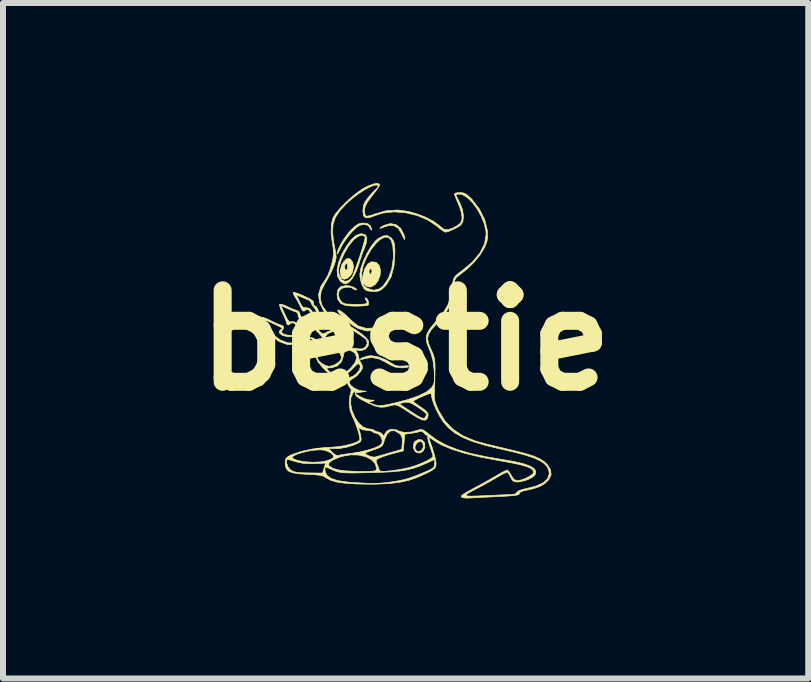
<source format=kicad_pcb>
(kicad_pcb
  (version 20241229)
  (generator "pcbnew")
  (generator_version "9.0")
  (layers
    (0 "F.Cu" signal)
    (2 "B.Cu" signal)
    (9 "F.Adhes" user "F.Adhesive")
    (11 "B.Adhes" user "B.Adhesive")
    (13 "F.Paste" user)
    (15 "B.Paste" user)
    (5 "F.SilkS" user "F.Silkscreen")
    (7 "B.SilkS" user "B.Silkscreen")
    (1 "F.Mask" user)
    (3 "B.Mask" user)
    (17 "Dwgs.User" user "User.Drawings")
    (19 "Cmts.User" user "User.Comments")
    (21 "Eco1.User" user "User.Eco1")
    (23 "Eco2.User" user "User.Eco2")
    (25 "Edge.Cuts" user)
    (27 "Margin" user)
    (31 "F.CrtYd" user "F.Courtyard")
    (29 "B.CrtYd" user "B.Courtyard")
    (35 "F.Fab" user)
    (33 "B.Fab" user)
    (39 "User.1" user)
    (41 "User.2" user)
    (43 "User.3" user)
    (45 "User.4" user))
  (footprint "bestie"
    (layer "F.Cu")
    (at 3.708 2.622)
    (property "Reference" "bestie" (at 0 0 0) (layer "F.SilkS") (effects (font (size 1.524 1.524) (thickness 0.3))))
    (attr through_hole)
    (fp_poly (pts (xy -0.159 -1.929) (xy -0.082 -1.868) (xy -0.03 -1.767) (xy -0.026 -1.756) (xy -0.012 -1.695) (xy -0.016 -1.68) (xy -0.035 -1.707) (xy -0.066 -1.776) (xy -0.122 -1.868) (xy -0.197 -1.913) (xy -0.292 -1.911) (xy -0.34 -1.895) (xy -0.406 -1.871) (xy -0.429 -1.869) (xy -0.407 -1.889) (xy -0.354 -1.919) (xy -0.252 -1.947) (xy -0.159 -1.929)) (stroke (width 0.01) (type solid)) (fill yes) (layer "F.SilkS"))
    (fp_poly (pts (xy -0.922 -1.356) (xy -0.882 -1.305) (xy -0.868 -1.228) (xy -0.882 -1.145) (xy -0.915 -1.084) (xy -0.972 -1.033) (xy -1.027 -1.018) (xy -1.069 -1.041) (xy -1.077 -1.056) (xy -1.092 -1.161) (xy -1.076 -1.218) (xy -1.016 -1.218) (xy -1.005 -1.177) (xy -0.991 -1.168) (xy -0.972 -1.19) (xy -0.965 -1.233) (xy -0.973 -1.277) (xy -0.991 -1.283) (xy -1.012 -1.247) (xy -1.016 -1.218) (xy -1.076 -1.218) (xy -1.063 -1.265) (xy -1.03 -1.313) (xy -0.984 -1.359) (xy -0.948 -1.367) (xy -0.922 -1.356)) (stroke (width 0.01) (type solid)) (fill yes) (layer "F.SilkS"))
    (fp_poly (pts (xy 0.273 1.658) (xy 0.314 1.698) (xy 0.319 1.712) (xy 0.321 1.787) (xy 0.292 1.844) (xy 0.245 1.875) (xy 0.189 1.872) (xy 0.157 1.849) (xy 0.13 1.791) (xy 0.131 1.77) (xy 0.157 1.77) (xy 0.16 1.813) (xy 0.195 1.849) (xy 0.244 1.845) (xy 0.278 1.817) (xy 0.296 1.769) (xy 0.288 1.718) (xy 0.26 1.685) (xy 0.236 1.681) (xy 0.184 1.713) (xy 0.157 1.77) (xy 0.131 1.77) (xy 0.134 1.722) (xy 0.157 1.681) (xy 0.215 1.651) (xy 0.273 1.658)) (stroke (width 0.01) (type solid)) (fill yes) (layer "F.SilkS"))
    (fp_poly (pts (xy -0.456 0.273) (xy -0.327 0.325) (xy -0.25 0.371) (xy -0.175 0.415) (xy -0.106 0.429) (xy -0.039 0.426) (xy 0.026 0.422) (xy 0.06 0.429) (xy 0.062 0.435) (xy 0.03 0.448) (xy -0.034 0.456) (xy -0.071 0.457) (xy -0.173 0.445) (xy -0.267 0.403) (xy -0.301 0.381) (xy -0.436 0.311) (xy -0.563 0.284) (xy -0.67 0.301) (xy -0.726 0.317) (xy -0.757 0.318) (xy -0.757 0.318) (xy -0.747 0.302) (xy -0.704 0.282) (xy -0.646 0.264) (xy -0.588 0.254) (xy -0.576 0.254) (xy -0.456 0.273)) (stroke (width 0.01) (type solid)) (fill yes) (layer "F.SilkS"))
    (fp_poly (pts (xy -0.629 -1.945) (xy -0.587 -1.91) (xy -0.583 -1.903) (xy -0.566 -1.857) (xy -0.567 -1.837) (xy -0.583 -1.848) (xy -0.596 -1.878) (xy -0.625 -1.917) (xy -0.684 -1.93) (xy -0.697 -1.93) (xy -0.751 -1.923) (xy -0.804 -1.894) (xy -0.868 -1.836) (xy -0.9 -1.803) (xy -0.974 -1.713) (xy -1.043 -1.612) (xy -1.081 -1.543) (xy -1.113 -1.478) (xy -1.136 -1.442) (xy -1.143 -1.442) (xy -1.127 -1.506) (xy -1.086 -1.593) (xy -1.027 -1.691) (xy -0.958 -1.785) (xy -0.914 -1.835) (xy -0.843 -1.903) (xy -0.788 -1.94) (xy -0.734 -1.954) (xy -0.704 -1.956) (xy -0.629 -1.945)) (stroke (width 0.01) (type solid)) (fill yes) (layer "F.SilkS"))
    (fp_poly (pts (xy -1.083 -0.491) (xy -1.022 -0.446) (xy -0.964 -0.392) (xy -0.892 -0.323) (xy -0.822 -0.266) (xy -0.78 -0.238) (xy -0.658 -0.202) (xy -0.517 -0.207) (xy -0.364 -0.254) (xy -0.207 -0.341) (xy -0.198 -0.347) (xy -0.117 -0.391) (xy -0.06 -0.394) (xy -0.058 -0.393) (xy -0.028 -0.376) (xy -0.045 -0.366) (xy -0.064 -0.362) (xy -0.126 -0.335) (xy -0.152 -0.317) (xy -0.196 -0.288) (xy -0.267 -0.249) (xy -0.33 -0.218) (xy -0.493 -0.165) (xy -0.649 -0.158) (xy -0.791 -0.198) (xy -0.853 -0.234) (xy -0.925 -0.285) (xy -0.996 -0.345) (xy -1.06 -0.405) (xy -1.109 -0.457) (xy -1.133 -0.494) (xy -1.125 -0.508) (xy -1.125 -0.508) (xy -1.083 -0.491)) (stroke (width 0.01) (type solid)) (fill yes) (layer "F.SilkS"))
    (fp_poly (pts (xy -0.925 -0.907) (xy -0.874 -0.889) (xy -0.833 -0.867) (xy -0.814 -0.848) (xy -0.829 -0.839) (xy -0.83 -0.839) (xy -0.871 -0.857) (xy -0.876 -0.864) (xy -0.915 -0.884) (xy -0.979 -0.887) (xy -1.048 -0.872) (xy -1.068 -0.863) (xy -1.109 -0.817) (xy -1.118 -0.752) (xy -1.098 -0.685) (xy -1.056 -0.631) (xy -0.995 -0.607) (xy -0.995 -0.607) (xy -0.844 -0.601) (xy -0.739 -0.601) (xy -0.674 -0.608) (xy -0.644 -0.624) (xy -0.644 -0.648) (xy -0.661 -0.674) (xy -0.677 -0.705) (xy -0.665 -0.711) (xy -0.638 -0.69) (xy -0.618 -0.644) (xy -0.616 -0.6) (xy -0.622 -0.589) (xy -0.655 -0.58) (xy -0.724 -0.574) (xy -0.811 -0.571) (xy -0.902 -0.573) (xy -0.981 -0.579) (xy -0.991 -0.58) (xy -1.078 -0.613) (xy -1.129 -0.68) (xy -1.143 -0.765) (xy -1.128 -0.847) (xy -1.081 -0.896) (xy -0.995 -0.914) (xy -0.972 -0.914) (xy -0.925 -0.907)) (stroke (width 0.01) (type solid)) (fill yes) (layer "F.SilkS"))
    (fp_poly (pts (xy -0.67 -1.76) (xy -0.645 -1.707) (xy -0.655 -1.621) (xy -0.683 -1.543) (xy -0.718 -1.455) (xy -0.756 -1.344) (xy -0.785 -1.252) (xy -0.83 -1.133) (xy -0.885 -1.035) (xy -0.944 -0.968) (xy -0.999 -0.94) (xy -1.004 -0.94) (xy -1.049 -0.957) (xy -1.092 -0.991) (xy -1.134 -1.067) (xy -1.141 -1.164) (xy -1.118 -1.164) (xy -1.102 -1.071) (xy -1.063 -1.01) (xy -1.009 -0.984) (xy -0.95 -0.998) (xy -0.895 -1.056) (xy -0.888 -1.068) (xy -0.863 -1.125) (xy -0.83 -1.211) (xy -0.793 -1.315) (xy -0.756 -1.427) (xy -0.721 -1.535) (xy -0.694 -1.629) (xy -0.677 -1.697) (xy -0.674 -1.728) (xy -0.674 -1.729) (xy -0.715 -1.753) (xy -0.776 -1.74) (xy -0.846 -1.694) (xy -0.877 -1.664) (xy -0.952 -1.57) (xy -1.02 -1.454) (xy -1.075 -1.334) (xy -1.11 -1.225) (xy -1.118 -1.164) (xy -1.141 -1.164) (xy -1.142 -1.173) (xy -1.117 -1.3) (xy -1.06 -1.442) (xy -0.983 -1.575) (xy -0.903 -1.682) (xy -0.83 -1.747) (xy -0.759 -1.775) (xy -0.731 -1.777) (xy -0.67 -1.76)) (stroke (width 0.01) (type solid)) (fill yes) (layer "F.SilkS"))
    (fp_poly (pts (xy -0.244 -1.711) (xy -0.23 -1.697) (xy -0.202 -1.658) (xy -0.186 -1.606) (xy -0.179 -1.528) (xy -0.178 -1.448) (xy -0.194 -1.235) (xy -0.241 -1.06) (xy -0.321 -0.925) (xy -0.34 -0.903) (xy -0.403 -0.845) (xy -0.461 -0.819) (xy -0.524 -0.815) (xy -0.596 -0.819) (xy -0.649 -0.828) (xy -0.655 -0.83) (xy -0.699 -0.871) (xy -0.736 -0.948) (xy -0.758 -1.043) (xy -0.761 -1.086) (xy -0.733 -1.086) (xy -0.73 -0.978) (xy -0.713 -1.079) (xy -0.695 -1.142) (xy -0.61 -1.142) (xy -0.6 -1.106) (xy -0.584 -1.105) (xy -0.561 -1.142) (xy -0.559 -1.157) (xy -0.573 -1.19) (xy -0.584 -1.194) (xy -0.605 -1.172) (xy -0.61 -1.142) (xy -0.695 -1.142) (xy -0.68 -1.196) (xy -0.63 -1.274) (xy -0.567 -1.311) (xy -0.495 -1.302) (xy -0.486 -1.297) (xy -0.437 -1.245) (xy -0.418 -1.169) (xy -0.425 -1.083) (xy -0.456 -0.999) (xy -0.505 -0.931) (xy -0.57 -0.893) (xy -0.6 -0.889) (xy -0.657 -0.907) (xy -0.684 -0.933) (xy -0.704 -0.957) (xy -0.71 -0.948) (xy -0.689 -0.906) (xy -0.634 -0.867) (xy -0.562 -0.843) (xy -0.52 -0.838) (xy -0.432 -0.862) (xy -0.372 -0.91) (xy -0.289 -1.03) (xy -0.232 -1.185) (xy -0.205 -1.365) (xy -0.203 -1.43) (xy -0.213 -1.572) (xy -0.241 -1.668) (xy -0.288 -1.718) (xy -0.351 -1.721) (xy -0.43 -1.677) (xy -0.491 -1.62) (xy -0.578 -1.509) (xy -0.652 -1.379) (xy -0.706 -1.245) (xy -0.732 -1.124) (xy -0.733 -1.086) (xy -0.761 -1.086) (xy -0.762 -1.102) (xy -0.747 -1.199) (xy -0.706 -1.317) (xy -0.648 -1.442) (xy -0.58 -1.558) (xy -0.51 -1.65) (xy -0.46 -1.695) (xy -0.373 -1.741) (xy -0.304 -1.747) (xy -0.244 -1.711)) (stroke (width 0.01) (type solid)) (fill yes) (layer "F.SilkS"))
    (fp_poly (pts (xy -0.435 -2.603) (xy -0.432 -2.591) (xy -0.447 -2.56) (xy -0.487 -2.502) (xy -0.543 -2.428) (xy -0.559 -2.408) (xy -0.632 -2.31) (xy -0.672 -2.236) (xy -0.686 -2.174) (xy -0.686 -2.168) (xy -0.679 -2.107) (xy -0.663 -2.072) (xy -0.662 -2.071) (xy -0.627 -2.072) (xy -0.562 -2.088) (xy -0.516 -2.105) (xy -0.323 -2.161) (xy -0.131 -2.173) (xy 0.042 -2.15) (xy 0.189 -2.109) (xy 0.335 -2.052) (xy 0.464 -1.985) (xy 0.561 -1.915) (xy 0.582 -1.895) (xy 0.639 -1.852) (xy 0.705 -1.844) (xy 0.789 -1.873) (xy 0.857 -1.91) (xy 0.914 -1.954) (xy 0.937 -2.005) (xy 0.94 -2.053) (xy 0.928 -2.129) (xy 0.9 -2.224) (xy 0.876 -2.282) (xy 0.842 -2.359) (xy 0.819 -2.418) (xy 0.813 -2.441) (xy 0.835 -2.456) (xy 0.891 -2.463) (xy 0.906 -2.464) (xy 0.966 -2.457) (xy 1.018 -2.432) (xy 1.077 -2.379) (xy 1.109 -2.346) (xy 1.231 -2.187) (xy 1.318 -2.012) (xy 1.362 -1.835) (xy 1.364 -1.822) (xy 1.368 -1.725) (xy 1.354 -1.643) (xy 1.316 -1.548) (xy 1.315 -1.546) (xy 1.242 -1.426) (xy 1.138 -1.299) (xy 1.016 -1.181) (xy 0.908 -1.098) (xy 0.843 -1.045) (xy 0.816 -0.993) (xy 0.813 -0.963) (xy 0.802 -0.85) (xy 0.774 -0.718) (xy 0.735 -0.592) (xy 0.705 -0.522) (xy 0.661 -0.452) (xy 0.595 -0.366) (xy 0.521 -0.282) (xy 0.52 -0.28) (xy 0.433 -0.183) (xy 0.383 -0.104) (xy 0.367 -0.031) (xy 0.382 0.05) (xy 0.422 0.145) (xy 0.458 0.224) (xy 0.479 0.293) (xy 0.489 0.371) (xy 0.491 0.474) (xy 0.49 0.521) (xy 0.488 0.642) (xy 0.484 0.762) (xy 0.48 0.858) (xy 0.479 0.877) (xy 0.479 0.96) (xy 0.495 1.037) (xy 0.532 1.13) (xy 0.552 1.172) (xy 0.655 1.34) (xy 0.786 1.477) (xy 0.95 1.586) (xy 1.152 1.672) (xy 1.337 1.725) (xy 1.448 1.751) (xy 1.588 1.784) (xy 1.735 1.819) (xy 1.828 1.841) (xy 2.003 1.886) (xy 2.136 1.928) (xy 2.235 1.972) (xy 2.31 2.02) (xy 2.354 2.061) (xy 2.415 2.152) (xy 2.425 2.238) (xy 2.387 2.319) (xy 2.32 2.386) (xy 2.235 2.435) (xy 2.118 2.473) (xy 2.04 2.49) (xy 1.947 2.512) (xy 1.901 2.535) (xy 1.896 2.553) (xy 1.889 2.567) (xy 1.854 2.578) (xy 1.783 2.587) (xy 1.672 2.595) (xy 1.557 2.601) (xy 1.417 2.608) (xy 1.284 2.614) (xy 1.172 2.62) (xy 1.095 2.625) (xy 1.087 2.625) (xy 1.011 2.627) (xy 0.954 2.621) (xy 0.94 2.616) (xy 0.927 2.603) (xy 0.933 2.586) (xy 0.965 2.561) (xy 1.027 2.523) (xy 1.127 2.469) (xy 1.181 2.439) (xy 1.295 2.378) (xy 1.412 2.312) (xy 1.511 2.255) (xy 1.527 2.245) (xy 1.604 2.201) (xy 1.665 2.17) (xy 1.694 2.159) (xy 1.719 2.18) (xy 1.752 2.231) (xy 1.76 2.248) (xy 1.803 2.313) (xy 1.853 2.336) (xy 1.86 2.336) (xy 1.926 2.325) (xy 2.002 2.297) (xy 2.072 2.26) (xy 2.121 2.223) (xy 2.134 2.199) (xy 2.122 2.163) (xy 2.084 2.131) (xy 2.015 2.101) (xy 1.909 2.071) (xy 1.763 2.04) (xy 1.571 2.005) (xy 1.57 2.005) (xy 1.257 1.946) (xy 0.989 1.882) (xy 0.769 1.813) (xy 0.596 1.741) (xy 0.51 1.691) (xy 0.443 1.646) (xy 0.396 1.616) (xy 0.382 1.608) (xy 0.39 1.633) (xy 0.41 1.693) (xy 0.44 1.776) (xy 0.445 1.791) (xy 0.476 1.891) (xy 0.499 1.984) (xy 0.508 2.05) (xy 0.508 2.051) (xy 0.504 2.097) (xy 0.485 2.131) (xy 0.441 2.164) (xy 0.361 2.207) (xy 0.353 2.211) (xy 0.201 2.28) (xy 0.054 2.331) (xy -0.102 2.365) (xy -0.279 2.386) (xy -0.488 2.395) (xy -0.598 2.396) (xy -0.821 2.392) (xy -0.999 2.381) (xy -1.138 2.361) (xy -1.242 2.333) (xy -1.317 2.294) (xy -1.328 2.286) (xy -1.369 2.263) (xy -1.431 2.247) (xy -1.523 2.237) (xy -1.643 2.231) (xy -1.789 2.222) (xy -1.891 2.204) (xy -1.957 2.174) (xy -1.993 2.127) (xy -2.006 2.06) (xy -2.007 2.039) (xy -2.003 2.001) (xy -1.982 2.001) (xy -1.98 2.047) (xy -1.963 2.1) (xy -1.937 2.139) (xy -1.897 2.17) (xy -1.853 2.189) (xy -1.792 2.201) (xy -1.704 2.206) (xy -1.6 2.208) (xy -1.384 2.21) (xy -1.359 2.13) (xy -1.344 2.13) (xy -1.342 2.177) (xy -1.313 2.246) (xy -1.243 2.298) (xy -1.13 2.336) (xy -0.97 2.359) (xy -0.93 2.363) (xy -0.761 2.374) (xy -0.63 2.381) (xy -0.523 2.383) (xy -0.428 2.379) (xy -0.333 2.37) (xy -0.262 2.361) (xy -0.136 2.342) (xy -0.031 2.32) (xy 0.071 2.291) (xy 0.186 2.249) (xy 0.298 2.203) (xy 0.392 2.163) (xy 0.447 2.132) (xy 0.474 2.104) (xy 0.482 2.069) (xy 0.483 2.055) (xy 0.483 1.984) (xy 0.349 2.045) (xy 0.237 2.093) (xy 0.131 2.13) (xy 0.021 2.157) (xy -0.102 2.177) (xy -0.249 2.19) (xy -0.43 2.199) (xy -0.587 2.203) (xy -0.761 2.207) (xy -0.891 2.209) (xy -0.988 2.207) (xy -1.059 2.203) (xy -1.113 2.194) (xy -1.158 2.181) (xy -1.203 2.163) (xy -1.207 2.162) (xy -1.277 2.131) (xy -1.326 2.112) (xy -1.338 2.108) (xy -1.344 2.13) (xy -1.359 2.13) (xy -1.358 2.127) (xy -1.341 2.072) (xy -1.285 2.072) (xy -1.274 2.089) (xy -1.215 2.129) (xy -1.126 2.157) (xy -1 2.174) (xy -0.832 2.182) (xy -0.781 2.182) (xy -0.653 2.183) (xy -0.568 2.18) (xy -0.517 2.174) (xy -0.491 2.164) (xy -0.483 2.147) (xy -0.483 2.139) (xy -0.506 2.055) (xy -0.56 1.997) (xy -0.49 1.997) (xy -0.487 2.03) (xy -0.483 2.04) (xy -0.458 2.107) (xy -0.446 2.143) (xy -0.433 2.168) (xy -0.406 2.181) (xy -0.352 2.182) (xy -0.261 2.174) (xy -0.26 2.174) (xy -0.141 2.158) (xy -0.014 2.135) (xy 0.062 2.118) (xy 0.162 2.087) (xy 0.263 2.048) (xy 0.353 2.007) (xy 0.421 1.968) (xy 0.455 1.937) (xy 0.457 1.931) (xy 0.449 1.896) (xy 0.427 1.829) (xy 0.405 1.767) (xy 0.379 1.686) (xy 0.368 1.622) (xy 0.371 1.594) (xy 0.376 1.576) (xy 0.368 1.581) (xy 0.34 1.578) (xy 0.312 1.549) (xy 0.276 1.515) (xy 0.251 1.513) (xy 0.212 1.526) (xy 0.144 1.54) (xy 0.107 1.546) (xy -0.013 1.562) (xy -0.038 1.841) (xy -0.165 1.873) (xy -0.266 1.9) (xy -0.368 1.933) (xy -0.399 1.944) (xy -0.464 1.972) (xy -0.49 1.997) (xy -0.56 1.997) (xy -0.569 1.987) (xy -0.664 1.938) (xy -0.782 1.91) (xy -0.915 1.907) (xy -1.053 1.931) (xy -1.094 1.944) (xy -1.207 1.99) (xy -1.271 2.033) (xy -1.285 2.072) (xy -1.341 2.072) (xy -1.332 2.044) (xy -1.517 2.054) (xy -1.703 2.049) (xy -1.828 2.022) (xy -1.901 1.999) (xy -1.953 1.984) (xy -1.967 1.981) (xy -1.982 2.001) (xy -2.003 2.001) (xy -2.002 1.985) (xy -1.979 1.949) (xy -1.97 1.944) (xy -1.89 1.944) (xy -1.882 1.967) (xy -1.881 1.967) (xy -1.796 2.001) (xy -1.678 2.022) (xy -1.544 2.03) (xy -1.413 2.024) (xy -1.315 2.006) (xy -1.25 1.982) (xy -1.208 1.957) (xy -1.204 1.952) (xy -1.206 1.913) (xy -1.247 1.873) (xy -1.319 1.84) (xy -1.356 1.829) (xy -1.427 1.823) (xy -1.516 1.828) (xy -1.613 1.843) (xy -1.709 1.865) (xy -1.793 1.89) (xy -1.857 1.918) (xy -1.89 1.944) (xy -1.97 1.944) (xy -1.925 1.917) (xy -1.892 1.902) (xy -1.735 1.848) (xy -1.545 1.808) (xy -1.509 1.803) (xy -1.279 1.803) (xy -1.218 1.868) (xy -1.163 1.911) (xy -1.119 1.916) (xy -1.075 1.906) (xy -0.997 1.893) (xy -0.901 1.88) (xy -0.889 1.879) (xy -0.859 1.874) (xy -0.67 1.874) (xy -0.669 1.891) (xy -0.634 1.913) (xy -0.584 1.933) (xy -0.534 1.944) (xy -0.508 1.943) (xy -0.467 1.931) (xy -0.391 1.91) (xy -0.296 1.882) (xy -0.267 1.874) (xy -0.064 1.815) (xy -0.056 1.706) (xy -0.056 1.628) (xy -0.078 1.578) (xy -0.106 1.549) (xy -0.185 1.504) (xy -0.253 1.509) (xy -0.309 1.563) (xy -0.354 1.664) (xy -0.365 1.706) (xy -0.385 1.751) (xy -0.429 1.784) (xy -0.509 1.816) (xy -0.514 1.817) (xy -0.592 1.844) (xy -0.651 1.865) (xy -0.67 1.874) (xy -0.859 1.874) (xy -0.763 1.859) (xy -0.639 1.829) (xy -0.529 1.795) (xy -0.445 1.759) (xy -0.4 1.725) (xy -0.398 1.723) (xy -0.389 1.67) (xy -0.409 1.61) (xy -0.446 1.563) (xy -0.48 1.549) (xy -0.529 1.538) (xy -0.546 1.524) (xy -0.58 1.506) (xy -0.641 1.499) (xy -0.644 1.499) (xy -0.712 1.489) (xy -0.761 1.467) (xy -0.784 1.45) (xy -0.779 1.473) (xy -0.775 1.486) (xy -0.756 1.549) (xy -0.743 1.615) (xy -0.74 1.659) (xy -0.753 1.689) (xy -0.794 1.714) (xy -0.871 1.746) (xy -0.876 1.748) (xy -0.983 1.78) (xy -1.095 1.8) (xy -1.15 1.803) (xy -1.279 1.803) (xy -1.509 1.803) (xy -1.34 1.784) (xy -1.235 1.779) (xy -1.127 1.771) (xy -1.015 1.753) (xy -0.912 1.728) (xy -0.828 1.7) (xy -0.775 1.67) (xy -0.762 1.65) (xy -0.771 1.588) (xy -0.795 1.499) (xy -0.828 1.402) (xy -0.863 1.315) (xy -0.886 1.269) (xy -0.925 1.167) (xy -0.94 1.044) (xy -0.929 0.924) (xy -0.916 0.88) (xy -0.905 0.822) (xy -0.928 0.786) (xy -0.96 0.739) (xy -0.965 0.714) (xy -0.988 0.672) (xy -1.043 0.63) (xy -1.115 0.598) (xy -1.185 0.585) (xy -1.027 0.585) (xy -1.022 0.605) (xy -1.013 0.612) (xy -0.952 0.623) (xy -0.877 0.597) (xy -0.829 0.562) (xy -0.768 0.492) (xy -0.754 0.43) (xy -0.765 0.405) (xy -0.786 0.388) (xy -0.816 0.404) (xy -0.858 0.447) (xy -0.918 0.507) (xy -0.978 0.552) (xy -0.988 0.558) (xy -1.027 0.585) (xy -1.185 0.585) (xy -1.187 0.584) (xy -1.188 0.584) (xy -1.246 0.568) (xy -1.318 0.515) (xy -1.36 0.473) (xy -1.311 0.473) (xy -1.283 0.508) (xy -1.227 0.545) (xy -1.14 0.559) (xy -1.122 0.559) (xy -1.05 0.554) (xy -0.996 0.533) (xy -0.939 0.485) (xy -0.91 0.456) (xy -0.838 0.363) (xy -0.815 0.285) (xy -0.839 0.22) (xy -0.875 0.189) (xy -0.95 0.156) (xy -1.002 0.168) (xy -1.032 0.225) (xy -1.037 0.26) (xy -1.067 0.355) (xy -1.135 0.424) (xy -1.23 0.456) (xy -1.252 0.457) (xy -1.304 0.459) (xy -1.311 0.473) (xy -1.36 0.473) (xy -1.377 0.457) (xy -1.456 0.362) (xy -1.493 0.285) (xy -1.493 0.281) (xy -1.473 0.281) (xy -1.451 0.334) (xy -1.396 0.385) (xy -1.325 0.421) (xy -1.268 0.432) (xy -1.2 0.415) (xy -1.131 0.375) (xy -1.126 0.371) (xy -1.08 0.325) (xy -1.069 0.284) (xy -1.081 0.238) (xy -1.115 0.182) (xy -1.177 0.153) (xy -1.194 0.15) (xy -1.267 0.134) (xy -1.322 0.117) (xy -1.324 0.116) (xy -1.366 0.122) (xy -1.414 0.161) (xy -1.454 0.217) (xy -1.473 0.275) (xy -1.473 0.281) (xy -1.493 0.281) (xy -1.491 0.217) (xy -1.461 0.164) (xy -1.431 0.117) (xy -1.432 0.084) (xy -1.469 0.047) (xy -1.501 0.024) (xy -1.579 -0.032) (xy -1.688 0.022) (xy -1.834 0.07) (xy -1.976 0.068) (xy -2.112 0.016) (xy -2.228 -0.077) (xy -2.284 -0.143) (xy -2.336 -0.221) (xy -2.377 -0.296) (xy -2.39 -0.333) (xy -2.362 -0.333) (xy -2.344 -0.279) (xy -2.297 -0.208) (xy -2.232 -0.13) (xy -2.16 -0.061) (xy -2.093 -0.011) (xy -2.084 -0.006) (xy -1.961 0.04) (xy -1.847 0.044) (xy -1.724 0.008) (xy -1.705 -0.001) (xy -1.62 -0.036) (xy -1.565 -0.047) (xy -1.522 -0.032) (xy -1.476 0.009) (xy -1.473 0.013) (xy -1.414 0.064) (xy -1.377 0.073) (xy -1.363 0.04) (xy -1.366 0.006) (xy -1.379 -0.024) (xy -1.346 -0.024) (xy -1.324 0.045) (xy -1.267 0.095) (xy -1.188 0.122) (xy -1.101 0.121) (xy -1.022 0.087) (xy -0.976 0.042) (xy -0.972 -0.009) (xy -1.01 -0.075) (xy -1.018 -0.085) (xy -1.079 -0.132) (xy -1.156 -0.149) (xy -1.235 -0.141) (xy -1.301 -0.109) (xy -1.341 -0.056) (xy -1.346 -0.024) (xy -1.379 -0.024) (xy -1.394 -0.059) (xy -1.444 -0.118) (xy -1.487 -0.159) (xy -1.495 -0.193) (xy -1.475 -0.237) (xy -1.453 -0.325) (xy -1.463 -0.427) (xy -1.502 -0.518) (xy -1.523 -0.545) (xy -1.56 -0.593) (xy -1.575 -0.628) (xy -1.595 -0.661) (xy -1.607 -0.668) (xy -1.65 -0.686) (xy -1.715 -0.714) (xy -1.729 -0.72) (xy -1.82 -0.759) (xy -1.767 -0.646) (xy -1.73 -0.578) (xy -1.698 -0.547) (xy -1.66 -0.546) (xy -1.66 -0.546) (xy -1.605 -0.537) (xy -1.562 -0.493) (xy -1.536 -0.428) (xy -1.531 -0.358) (xy -1.551 -0.297) (xy -1.578 -0.272) (xy -1.621 -0.27) (xy -1.68 -0.295) (xy -1.738 -0.335) (xy -1.781 -0.381) (xy -1.793 -0.421) (xy -1.792 -0.424) (xy -1.801 -0.459) (xy -1.823 -0.473) (xy -1.873 -0.491) (xy -1.945 -0.521) (xy -1.973 -0.534) (xy -2.079 -0.582) (xy -2.011 -0.433) (xy -1.968 -0.349) (xy -1.937 -0.31) (xy -1.913 -0.31) (xy -1.87 -0.315) (xy -1.813 -0.29) (xy -1.756 -0.245) (xy -1.715 -0.191) (xy -1.702 -0.147) (xy -1.725 -0.114) (xy -1.783 -0.085) (xy -1.861 -0.065) (xy -1.944 -0.06) (xy -1.973 -0.063) (xy -2.052 -0.084) (xy -2.098 -0.117) (xy -2.105 -0.153) (xy -2.081 -0.179) (xy -2.062 -0.192) (xy -2.058 -0.203) (xy -2.077 -0.218) (xy -2.128 -0.244) (xy -2.216 -0.286) (xy -2.216 -0.286) (xy -2.291 -0.318) (xy -2.343 -0.335) (xy -2.362 -0.333) (xy -2.39 -0.333) (xy -2.399 -0.356) (xy -2.399 -0.384) (xy -2.372 -0.383) (xy -2.314 -0.362) (xy -2.245 -0.329) (xy -2.165 -0.289) (xy -2.1 -0.262) (xy -2.068 -0.254) (xy -2.037 -0.236) (xy -2.037 -0.196) (xy -2.062 -0.158) (xy -2.066 -0.131) (xy -2.032 -0.106) (xy -1.974 -0.089) (xy -1.904 -0.084) (xy -1.863 -0.088) (xy -1.782 -0.113) (xy -1.75 -0.149) (xy -1.766 -0.199) (xy -1.804 -0.242) (xy -1.858 -0.287) (xy -1.893 -0.295) (xy -1.91 -0.284) (xy -1.953 -0.256) (xy -1.978 -0.268) (xy -1.981 -0.285) (xy -1.992 -0.324) (xy -2.02 -0.391) (xy -2.049 -0.451) (xy -2.082 -0.525) (xy -2.1 -0.58) (xy -2.099 -0.602) (xy -2.068 -0.602) (xy -2.009 -0.582) (xy -1.974 -0.565) (xy -1.898 -0.53) (xy -1.834 -0.506) (xy -1.816 -0.502) (xy -1.774 -0.477) (xy -1.765 -0.45) (xy -1.747 -0.403) (xy -1.703 -0.355) (xy -1.649 -0.318) (xy -1.6 -0.304) (xy -1.581 -0.31) (xy -1.552 -0.364) (xy -1.566 -0.436) (xy -1.59 -0.479) (xy -1.628 -0.518) (xy -1.658 -0.511) (xy -1.659 -0.51) (xy -1.694 -0.486) (xy -1.721 -0.499) (xy -1.751 -0.557) (xy -1.754 -0.565) (xy -1.794 -0.647) (xy -1.838 -0.717) (xy -1.868 -0.768) (xy -1.875 -0.8) (xy -1.874 -0.801) (xy -1.846 -0.799) (xy -1.784 -0.778) (xy -1.702 -0.744) (xy -1.689 -0.738) (xy -1.596 -0.692) (xy -1.545 -0.657) (xy -1.532 -0.629) (xy -1.533 -0.623) (xy -1.534 -0.59) (xy -1.524 -0.584) (xy -1.486 -0.561) (xy -1.455 -0.503) (xy -1.434 -0.423) (xy -1.427 -0.338) (xy -1.435 -0.261) (xy -1.447 -0.23) (xy -1.455 -0.183) (xy -1.424 -0.141) (xy -1.386 -0.113) (xy -1.351 -0.116) (xy -1.312 -0.139) (xy -1.222 -0.173) (xy -1.123 -0.172) (xy -1.033 -0.14) (xy -0.981 -0.095) (xy -0.947 -0.037) (xy -0.946 0.014) (xy -0.958 0.051) (xy -0.974 0.103) (xy -0.961 0.124) (xy -0.908 0.127) (xy -0.906 0.127) (xy -0.83 0.132) (xy -0.772 0.142) (xy -0.711 0.138) (xy -0.664 0.103) (xy -0.64 0.051) (xy -0.649 -0.004) (xy -0.667 -0.025) (xy -0.717 -0.063) (xy -0.796 -0.116) (xy -0.888 -0.175) (xy -0.98 -0.232) (xy -1.06 -0.279) (xy -1.113 -0.306) (xy -1.118 -0.308) (xy -1.221 -0.353) (xy -1.294 -0.406) (xy -1.358 -0.483) (xy -1.372 -0.504) (xy -1.436 -0.637) (xy -1.442 -0.696) (xy -1.422 -0.696) (xy -1.389 -0.577) (xy -1.308 -0.468) (xy -1.179 -0.371) (xy -1.115 -0.337) (xy -0.97 -0.261) (xy -0.84 -0.183) (xy -0.734 -0.109) (xy -0.657 -0.043) (xy -0.617 0.01) (xy -0.614 0.021) (xy -0.625 0.096) (xy -0.673 0.149) (xy -0.745 0.17) (xy -0.773 0.167) (xy -0.822 0.16) (xy -0.829 0.17) (xy -0.818 0.182) (xy -0.791 0.234) (xy -0.787 0.257) (xy -0.775 0.309) (xy -0.746 0.373) (xy -0.745 0.375) (xy -0.719 0.426) (xy -0.719 0.464) (xy -0.747 0.512) (xy -0.76 0.531) (xy -0.814 0.591) (xy -0.871 0.632) (xy -0.879 0.636) (xy -0.925 0.666) (xy -0.94 0.696) (xy -0.917 0.745) (xy -0.861 0.792) (xy -0.785 0.828) (xy -0.714 0.842) (xy -0.662 0.845) (xy -0.654 0.848) (xy -0.692 0.855) (xy -0.737 0.862) (xy -0.841 0.876) (xy -0.842 0.864) (xy -0.841 0.851) (xy -0.851 0.848) (xy -0.876 0.875) (xy -0.912 0.957) (xy -0.915 1.06) (xy -0.892 1.171) (xy -0.846 1.28) (xy -0.784 1.374) (xy -0.709 1.442) (xy -0.627 1.473) (xy -0.614 1.473) (xy -0.554 1.481) (xy -0.521 1.499) (xy -0.485 1.52) (xy -0.457 1.524) (xy -0.405 1.544) (xy -0.385 1.566) (xy -0.366 1.592) (xy -0.351 1.574) (xy -0.344 1.554) (xy -0.304 1.502) (xy -0.237 1.479) (xy -0.157 1.49) (xy -0.123 1.506) (xy -0.029 1.533) (xy 0.091 1.527) (xy 0.209 1.494) (xy 0.253 1.483) (xy 0.294 1.492) (xy 0.347 1.528) (xy 0.386 1.561) (xy 0.52 1.659) (xy 0.676 1.744) (xy 0.861 1.818) (xy 1.081 1.882) (xy 1.341 1.938) (xy 1.608 1.983) (xy 1.808 2.018) (xy 1.961 2.053) (xy 2.071 2.092) (xy 2.14 2.135) (xy 2.17 2.177) (xy 2.165 2.228) (xy 2.117 2.278) (xy 2.031 2.321) (xy 1.986 2.336) (xy 1.885 2.359) (xy 1.819 2.357) (xy 1.777 2.33) (xy 1.752 2.285) (xy 1.725 2.229) (xy 1.702 2.197) (xy 1.701 2.197) (xy 1.671 2.203) (xy 1.611 2.231) (xy 1.533 2.275) (xy 1.52 2.283) (xy 1.411 2.346) (xy 1.292 2.413) (xy 1.206 2.458) (xy 1.1 2.513) (xy 1.032 2.552) (xy 1.006 2.577) (xy 1.024 2.591) (xy 1.087 2.595) (xy 1.196 2.592) (xy 1.314 2.587) (xy 1.451 2.581) (xy 1.578 2.575) (xy 1.683 2.571) (xy 1.751 2.568) (xy 1.759 2.568) (xy 1.828 2.558) (xy 1.854 2.533) (xy 1.854 2.532) (xy 1.879 2.507) (xy 1.947 2.483) (xy 2.009 2.469) (xy 2.175 2.427) (xy 2.294 2.371) (xy 2.368 2.301) (xy 2.394 2.22) (xy 2.383 2.156) (xy 2.354 2.099) (xy 2.306 2.048) (xy 2.235 2.002) (xy 2.135 1.957) (xy 2.001 1.913) (xy 1.828 1.867) (xy 1.611 1.816) (xy 1.566 1.806) (xy 1.32 1.746) (xy 1.118 1.685) (xy 0.955 1.618) (xy 0.823 1.544) (xy 0.716 1.458) (xy 0.628 1.358) (xy 0.621 1.348) (xy 0.563 1.257) (xy 0.509 1.151) (xy 0.464 1.045) (xy 0.437 0.955) (xy 0.432 0.914) (xy 0.428 0.891) (xy 0.41 0.884) (xy 0.367 0.897) (xy 0.29 0.929) (xy 0.279 0.933) (xy 0.202 0.969) (xy 0.147 0.998) (xy 0.127 1.014) (xy 0.147 1.034) (xy 0.198 1.073) (xy 0.256 1.113) (xy 0.333 1.168) (xy 0.37 1.212) (xy 0.376 1.25) (xy 0.36 1.304) (xy 0.329 1.329) (xy 0.277 1.324) (xy 0.198 1.287) (xy 0.088 1.219) (xy 0.068 1.206) (xy -0.032 1.14) (xy -0.1 1.099) (xy -0.148 1.078) (xy -0.187 1.074) (xy -0.228 1.082) (xy -0.251 1.088) (xy -0.343 1.11) (xy -0.422 1.113) (xy -0.506 1.094) (xy -0.609 1.05) (xy -0.657 1.027) (xy -0.753 0.977) (xy -0.81 0.938) (xy -0.837 0.903) (xy -0.839 0.885) (xy -0.762 0.934) (xy -0.681 0.972) (xy -0.597 0.992) (xy -0.584 0.993) (xy -0.53 0.996) (xy -0.522 1.002) (xy -0.558 1.014) (xy -0.559 1.014) (xy -0.622 1.032) (xy -0.546 1.06) (xy -0.494 1.078) (xy -0.449 1.086) (xy -0.396 1.085) (xy -0.325 1.074) (xy -0.24 1.056) (xy -0.108 1.056) (xy 0.092 1.188) (xy 0.188 1.249) (xy 0.251 1.285) (xy 0.292 1.298) (xy 0.318 1.292) (xy 0.327 1.285) (xy 0.347 1.242) (xy 0.343 1.22) (xy 0.313 1.191) (xy 0.253 1.146) (xy 0.188 1.102) (xy 0.106 1.053) (xy 0.048 1.031) (xy -0.002 1.03) (xy -0.029 1.035) (xy -0.108 1.056) (xy -0.24 1.056) (xy -0.223 1.052) (xy -0.166 1.039) (xy 0.047 0.982) (xy 0.219 0.922) (xy 0.347 0.858) (xy 0.427 0.793) (xy 0.436 0.782) (xy 0.463 0.738) (xy 0.477 0.691) (xy 0.481 0.625) (xy 0.478 0.528) (xy 0.476 0.499) (xy 0.457 0.341) (xy 0.421 0.21) (xy 0.394 0.146) (xy 0.355 0.047) (xy 0.342 -0.034) (xy 0.357 -0.111) (xy 0.405 -0.194) (xy 0.487 -0.295) (xy 0.521 -0.332) (xy 0.63 -0.465) (xy 0.704 -0.591) (xy 0.75 -0.728) (xy 0.777 -0.895) (xy 0.777 -0.899) (xy 0.788 -0.983) (xy 0.804 -1.038) (xy 0.837 -1.082) (xy 0.896 -1.13) (xy 0.933 -1.156) (xy 1.111 -1.305) (xy 1.238 -1.456) (xy 1.315 -1.609) (xy 1.341 -1.765) (xy 1.339 -1.817) (xy 1.312 -1.94) (xy 1.262 -2.066) (xy 1.194 -2.188) (xy 1.115 -2.295) (xy 1.031 -2.378) (xy 0.95 -2.428) (xy 0.902 -2.438) (xy 0.854 -2.434) (xy 0.838 -2.427) (xy 0.849 -2.4) (xy 0.877 -2.343) (xy 0.902 -2.296) (xy 0.947 -2.184) (xy 0.965 -2.075) (xy 0.955 -1.983) (xy 0.92 -1.923) (xy 0.868 -1.887) (xy 0.795 -1.85) (xy 0.722 -1.818) (xy 0.667 -1.804) (xy 0.663 -1.803) (xy 0.632 -1.819) (xy 0.576 -1.859) (xy 0.525 -1.902) (xy 0.373 -2.005) (xy 0.194 -2.081) (xy 0.000203 -2.127) (xy -0.195 -2.142) (xy -0.378 -2.122) (xy -0.501 -2.083) (xy -0.6 -2.047) (xy -0.663 -2.042) (xy -0.697 -2.07) (xy -0.71 -2.135) (xy -0.711 -2.166) (xy -0.704 -2.242) (xy -0.677 -2.308) (xy -0.622 -2.383) (xy -0.617 -2.389) (xy -0.559 -2.455) (xy -0.511 -2.504) (xy -0.49 -2.522) (xy -0.46 -2.555) (xy -0.457 -2.567) (xy -0.476 -2.59) (xy -0.526 -2.584) (xy -0.6 -2.555) (xy -0.69 -2.505) (xy -0.79 -2.44) (xy -0.891 -2.363) (xy -0.986 -2.278) (xy -0.986 -2.278) (xy -1.096 -2.16) (xy -1.169 -2.05) (xy -1.208 -1.936) (xy -1.217 -1.805) (xy -1.2 -1.646) (xy -1.182 -1.552) (xy -1.163 -1.456) (xy -1.157 -1.389) (xy -1.165 -1.33) (xy -1.188 -1.26) (xy -1.2 -1.227) (xy -1.248 -1.12) (xy -1.307 -1.009) (xy -1.339 -0.956) (xy -1.406 -0.823) (xy -1.422 -0.696) (xy -1.442 -0.696) (xy -1.45 -0.768) (xy -1.413 -0.898) (xy -1.333 -1.021) (xy -1.298 -1.08) (xy -1.262 -1.169) (xy -1.232 -1.27) (xy -1.208 -1.38) (xy -1.201 -1.464) (xy -1.208 -1.547) (xy -1.216 -1.593) (xy -1.241 -1.78) (xy -1.237 -1.936) (xy -1.21 -2.04) (xy -1.166 -2.113) (xy -1.09 -2.204) (xy -0.992 -2.303) (xy -0.885 -2.4) (xy -0.777 -2.484) (xy -0.714 -2.526) (xy -0.619 -2.576) (xy -0.534 -2.607) (xy -0.47 -2.617) (xy -0.435 -2.603)) (stroke (width 0.01) (type solid)) (fill yes) (layer "F.SilkS")))
  (gr_rect
    (start -3 -3)
    (end 10.417 8.254)
    (stroke (width 0.1) (type default))
    (fill no)
    (layer "Edge.Cuts")))
</source>
